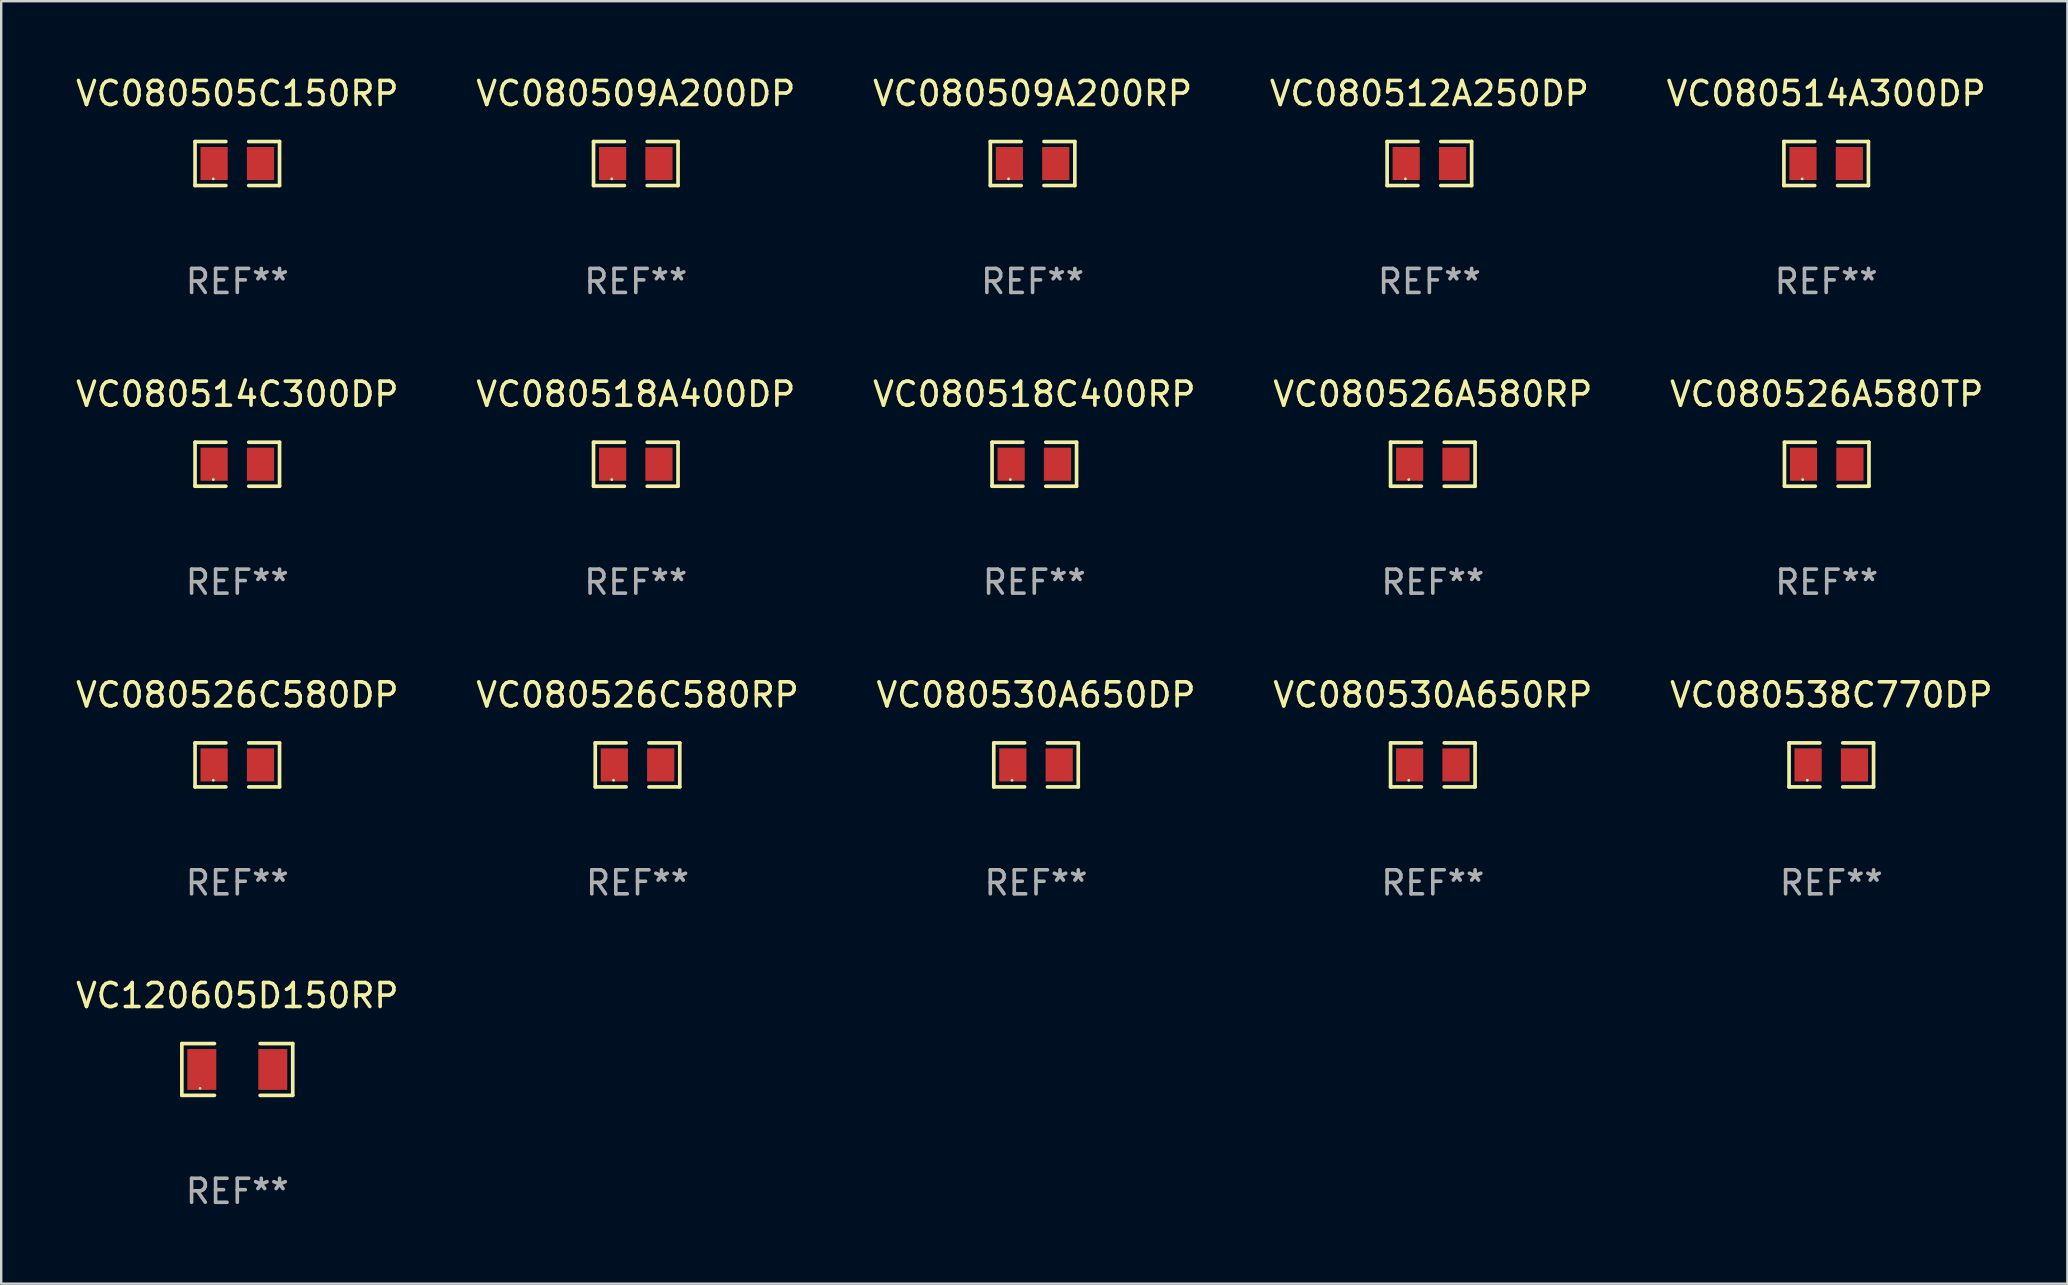
<source format=kicad_pcb>
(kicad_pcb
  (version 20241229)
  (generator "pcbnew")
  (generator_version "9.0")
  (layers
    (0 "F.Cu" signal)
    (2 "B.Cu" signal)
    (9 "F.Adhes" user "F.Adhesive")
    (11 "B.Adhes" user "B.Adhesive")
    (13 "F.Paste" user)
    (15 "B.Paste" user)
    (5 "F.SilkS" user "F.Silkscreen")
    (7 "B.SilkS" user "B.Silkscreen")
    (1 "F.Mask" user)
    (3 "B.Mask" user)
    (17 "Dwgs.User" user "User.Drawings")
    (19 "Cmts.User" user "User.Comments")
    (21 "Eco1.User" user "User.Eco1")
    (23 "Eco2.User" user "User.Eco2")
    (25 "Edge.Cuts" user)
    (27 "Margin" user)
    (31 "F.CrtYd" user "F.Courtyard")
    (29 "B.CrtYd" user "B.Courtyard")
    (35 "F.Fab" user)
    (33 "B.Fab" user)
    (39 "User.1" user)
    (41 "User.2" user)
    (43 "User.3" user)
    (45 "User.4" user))
  (footprint "VC080538C770DP"
    (layer "F.Cu")
    (at 73.268 28.827)
    (property "Reference" "VC080538C770DP" (at 0 -2.917 0) (layer "F.SilkS") (effects (font (size 1 1) (thickness 0.15))))
    (attr through_hole)
    (fp_line (start -1.761 -0.917) (end -0.476 -0.917) (stroke (width 0.152) (type solid)) (layer "F.SilkS"))
    (fp_line (start -1.761 0.917) (end -1.761 -0.917) (stroke (width 0.152) (type solid)) (layer "F.SilkS"))
    (fp_line (start -0.476 0.917) (end -1.761 0.917) (stroke (width 0.152) (type solid)) (layer "F.SilkS"))
    (fp_line (start 0.476 0.917) (end 1.761 0.917) (stroke (width 0.152) (type solid)) (layer "F.SilkS"))
    (fp_line (start 1.761 -0.917) (end 0.476 -0.917) (stroke (width 0.152) (type solid)) (layer "F.SilkS"))
    (fp_line (start 1.761 0.917) (end 1.761 -0.917) (stroke (width 0.152) (type solid)) (layer "F.SilkS"))
    (fp_circle (center -1 0.638) (end -0.97 0.638) (stroke (width 0.06) (type solid)) (fill no) (layer "F.SilkS"))
    (fp_text user "REF**" (at 0 4.917 0) (layer "F.Fab") (effects (font (size 1 1) (thickness 0.15))))
    (pad "1" smd rect (at -0.966 0) (size 1.133 1.377) (layers "F.Cu" "F.Mask" "F.Paste"))
    (pad "2" smd rect (at 0.966 0) (size 1.133 1.377) (layers "F.Cu" "F.Mask" "F.Paste")))
  (footprint "VC080526A580TP"
    (layer "F.Cu")
    (at 73.077 16.296)
    (property "Reference" "VC080526A580TP" (at 0 -2.917 0) (layer "F.SilkS") (effects (font (size 1 1) (thickness 0.15))))
    (attr through_hole)
    (fp_line (start -1.761 -0.917) (end -0.476 -0.917) (stroke (width 0.152) (type solid)) (layer "F.SilkS"))
    (fp_line (start -1.761 0.917) (end -1.761 -0.917) (stroke (width 0.152) (type solid)) (layer "F.SilkS"))
    (fp_line (start -0.476 0.917) (end -1.761 0.917) (stroke (width 0.152) (type solid)) (layer "F.SilkS"))
    (fp_line (start 0.476 0.917) (end 1.761 0.917) (stroke (width 0.152) (type solid)) (layer "F.SilkS"))
    (fp_line (start 1.761 -0.917) (end 0.476 -0.917) (stroke (width 0.152) (type solid)) (layer "F.SilkS"))
    (fp_line (start 1.761 0.917) (end 1.761 -0.917) (stroke (width 0.152) (type solid)) (layer "F.SilkS"))
    (fp_circle (center -1 0.638) (end -0.97 0.638) (stroke (width 0.06) (type solid)) (fill no) (layer "F.SilkS"))
    (fp_text user "REF**" (at 0 4.917 0) (layer "F.Fab") (effects (font (size 1 1) (thickness 0.15))))
    (pad "1" smd rect (at -0.966 0) (size 1.133 1.377) (layers "F.Cu" "F.Mask" "F.Paste"))
    (pad "2" smd rect (at 0.966 0) (size 1.133 1.377) (layers "F.Cu" "F.Mask" "F.Paste")))
  (footprint "VC080512A250DP"
    (layer "F.Cu")
    (at 56.518 3.765)
    (property "Reference" "VC080512A250DP" (at 0 -2.917 0) (layer "F.SilkS") (effects (font (size 1 1) (thickness 0.15))))
    (attr through_hole)
    (fp_line (start -1.761 -0.917) (end -0.476 -0.917) (stroke (width 0.152) (type solid)) (layer "F.SilkS"))
    (fp_line (start -1.761 0.917) (end -1.761 -0.917) (stroke (width 0.152) (type solid)) (layer "F.SilkS"))
    (fp_line (start -0.476 0.917) (end -1.761 0.917) (stroke (width 0.152) (type solid)) (layer "F.SilkS"))
    (fp_line (start 0.476 0.917) (end 1.761 0.917) (stroke (width 0.152) (type solid)) (layer "F.SilkS"))
    (fp_line (start 1.761 -0.917) (end 0.476 -0.917) (stroke (width 0.152) (type solid)) (layer "F.SilkS"))
    (fp_line (start 1.761 0.917) (end 1.761 -0.917) (stroke (width 0.152) (type solid)) (layer "F.SilkS"))
    (fp_circle (center -1 0.638) (end -0.97 0.638) (stroke (width 0.06) (type solid)) (fill no) (layer "F.SilkS"))
    (fp_text user "REF**" (at 0 4.917 0) (layer "F.Fab") (effects (font (size 1 1) (thickness 0.15))))
    (pad "1" smd rect (at -0.966 0) (size 1.133 1.377) (layers "F.Cu" "F.Mask" "F.Paste"))
    (pad "2" smd rect (at 0.966 0) (size 1.133 1.377) (layers "F.Cu" "F.Mask" "F.Paste")))
  (footprint "VC080530A650DP"
    (layer "F.Cu")
    (at 40.125 28.827)
    (property "Reference" "VC080530A650DP" (at 0 -2.917 0) (layer "F.SilkS") (effects (font (size 1 1) (thickness 0.15))))
    (attr through_hole)
    (fp_line (start -1.761 -0.917) (end -0.476 -0.917) (stroke (width 0.152) (type solid)) (layer "F.SilkS"))
    (fp_line (start -1.761 0.917) (end -1.761 -0.917) (stroke (width 0.152) (type solid)) (layer "F.SilkS"))
    (fp_line (start -0.476 0.917) (end -1.761 0.917) (stroke (width 0.152) (type solid)) (layer "F.SilkS"))
    (fp_line (start 0.476 0.917) (end 1.761 0.917) (stroke (width 0.152) (type solid)) (layer "F.SilkS"))
    (fp_line (start 1.761 -0.917) (end 0.476 -0.917) (stroke (width 0.152) (type solid)) (layer "F.SilkS"))
    (fp_line (start 1.761 0.917) (end 1.761 -0.917) (stroke (width 0.152) (type solid)) (layer "F.SilkS"))
    (fp_circle (center -1 0.638) (end -0.97 0.638) (stroke (width 0.06) (type solid)) (fill no) (layer "F.SilkS"))
    (fp_text user "REF**" (at 0 4.917 0) (layer "F.Fab") (effects (font (size 1 1) (thickness 0.15))))
    (pad "1" smd rect (at -0.966 0) (size 1.133 1.377) (layers "F.Cu" "F.Mask" "F.Paste"))
    (pad "2" smd rect (at 0.966 0) (size 1.133 1.377) (layers "F.Cu" "F.Mask" "F.Paste")))
  (footprint "VC080509A200DP"
    (layer "F.Cu")
    (at 23.446 3.765)
    (property "Reference" "VC080509A200DP" (at 0 -2.917 0) (layer "F.SilkS") (effects (font (size 1 1) (thickness 0.15))))
    (attr through_hole)
    (fp_line (start -1.761 -0.917) (end -0.476 -0.917) (stroke (width 0.152) (type solid)) (layer "F.SilkS"))
    (fp_line (start -1.761 0.917) (end -1.761 -0.917) (stroke (width 0.152) (type solid)) (layer "F.SilkS"))
    (fp_line (start -0.476 0.917) (end -1.761 0.917) (stroke (width 0.152) (type solid)) (layer "F.SilkS"))
    (fp_line (start 0.476 0.917) (end 1.761 0.917) (stroke (width 0.152) (type solid)) (layer "F.SilkS"))
    (fp_line (start 1.761 -0.917) (end 0.476 -0.917) (stroke (width 0.152) (type solid)) (layer "F.SilkS"))
    (fp_line (start 1.761 0.917) (end 1.761 -0.917) (stroke (width 0.152) (type solid)) (layer "F.SilkS"))
    (fp_circle (center -1 0.638) (end -0.97 0.638) (stroke (width 0.06) (type solid)) (fill no) (layer "F.SilkS"))
    (fp_text user "REF**" (at 0 4.917 0) (layer "F.Fab") (effects (font (size 1 1) (thickness 0.15))))
    (pad "1" smd rect (at -0.966 0) (size 1.133 1.377) (layers "F.Cu" "F.Mask" "F.Paste"))
    (pad "2" smd rect (at 0.966 0) (size 1.133 1.377) (layers "F.Cu" "F.Mask" "F.Paste")))
  (footprint "VC080514C300DP"
    (layer "F.Cu")
    (at 6.839 16.296)
    (property "Reference" "VC080514C300DP" (at 0 -2.917 0) (layer "F.SilkS") (effects (font (size 1 1) (thickness 0.15))))
    (attr through_hole)
    (fp_line (start -1.761 -0.917) (end -0.476 -0.917) (stroke (width 0.152) (type solid)) (layer "F.SilkS"))
    (fp_line (start -1.761 0.917) (end -1.761 -0.917) (stroke (width 0.152) (type solid)) (layer "F.SilkS"))
    (fp_line (start -0.476 0.917) (end -1.761 0.917) (stroke (width 0.152) (type solid)) (layer "F.SilkS"))
    (fp_line (start 0.476 0.917) (end 1.761 0.917) (stroke (width 0.152) (type solid)) (layer "F.SilkS"))
    (fp_line (start 1.761 -0.917) (end 0.476 -0.917) (stroke (width 0.152) (type solid)) (layer "F.SilkS"))
    (fp_line (start 1.761 0.917) (end 1.761 -0.917) (stroke (width 0.152) (type solid)) (layer "F.SilkS"))
    (fp_circle (center -1 0.638) (end -0.97 0.638) (stroke (width 0.06) (type solid)) (fill no) (layer "F.SilkS"))
    (fp_text user "REF**" (at 0 4.917 0) (layer "F.Fab") (effects (font (size 1 1) (thickness 0.15))))
    (pad "1" smd rect (at -0.966 0) (size 1.133 1.377) (layers "F.Cu" "F.Mask" "F.Paste"))
    (pad "2" smd rect (at 0.966 0) (size 1.133 1.377) (layers "F.Cu" "F.Mask" "F.Paste")))
  (footprint "VC120605D150RP"
    (layer "F.Cu")
    (at 6.839 41.519)
    (property "Reference" "VC120605D150RP" (at 0 -3.079 0) (layer "F.SilkS") (effects (font (size 1 1) (thickness 0.15))))
    (attr through_hole)
    (fp_line (start -2.311 -1.079) (end -0.951 -1.079) (stroke (width 0.152) (type solid)) (layer "F.SilkS"))
    (fp_line (start -2.311 1.079) (end -2.311 -1.079) (stroke (width 0.152) (type solid)) (layer "F.SilkS"))
    (fp_line (start -0.951 1.079) (end -2.311 1.079) (stroke (width 0.152) (type solid)) (layer "F.SilkS"))
    (fp_line (start 0.951 1.079) (end 2.311 1.079) (stroke (width 0.152) (type solid)) (layer "F.SilkS"))
    (fp_line (start 2.311 -1.079) (end 0.951 -1.079) (stroke (width 0.152) (type solid)) (layer "F.SilkS"))
    (fp_line (start 2.311 1.079) (end 2.311 -1.079) (stroke (width 0.152) (type solid)) (layer "F.SilkS"))
    (fp_circle (center -1.55 0.787) (end -1.52 0.787) (stroke (width 0.06) (type solid)) (fill no) (layer "F.SilkS"))
    (fp_text user "REF**" (at 0 5.079 0) (layer "F.Fab") (effects (font (size 1 1) (thickness 0.15))))
    (pad "1" smd rect (at -1.479 0) (size 1.208 1.701) (layers "F.Cu" "F.Mask" "F.Paste"))
    (pad "2" smd rect (at 1.479 0) (size 1.208 1.701) (layers "F.Cu" "F.Mask" "F.Paste")))
  (footprint "VC080518A400DP"
    (layer "F.Cu")
    (at 23.446 16.296)
    (property "Reference" "VC080518A400DP" (at 0 -2.917 0) (layer "F.SilkS") (effects (font (size 1 1) (thickness 0.15))))
    (attr through_hole)
    (fp_line (start -1.761 -0.917) (end -0.476 -0.917) (stroke (width 0.152) (type solid)) (layer "F.SilkS"))
    (fp_line (start -1.761 0.917) (end -1.761 -0.917) (stroke (width 0.152) (type solid)) (layer "F.SilkS"))
    (fp_line (start -0.476 0.917) (end -1.761 0.917) (stroke (width 0.152) (type solid)) (layer "F.SilkS"))
    (fp_line (start 0.476 0.917) (end 1.761 0.917) (stroke (width 0.152) (type solid)) (layer "F.SilkS"))
    (fp_line (start 1.761 -0.917) (end 0.476 -0.917) (stroke (width 0.152) (type solid)) (layer "F.SilkS"))
    (fp_line (start 1.761 0.917) (end 1.761 -0.917) (stroke (width 0.152) (type solid)) (layer "F.SilkS"))
    (fp_circle (center -1 0.638) (end -0.97 0.638) (stroke (width 0.06) (type solid)) (fill no) (layer "F.SilkS"))
    (fp_text user "REF**" (at 0 4.917 0) (layer "F.Fab") (effects (font (size 1 1) (thickness 0.15))))
    (pad "1" smd rect (at -0.966 0) (size 1.133 1.377) (layers "F.Cu" "F.Mask" "F.Paste"))
    (pad "2" smd rect (at 0.966 0) (size 1.133 1.377) (layers "F.Cu" "F.Mask" "F.Paste")))
  (footprint "VC080505C150RP"
    (layer "F.Cu")
    (at 6.839 3.765)
    (property "Reference" "VC080505C150RP" (at 0 -2.917 0) (layer "F.SilkS") (effects (font (size 1 1) (thickness 0.15))))
    (attr through_hole)
    (fp_line (start -1.761 -0.917) (end -0.476 -0.917) (stroke (width 0.152) (type solid)) (layer "F.SilkS"))
    (fp_line (start -1.761 0.917) (end -1.761 -0.917) (stroke (width 0.152) (type solid)) (layer "F.SilkS"))
    (fp_line (start -0.476 0.917) (end -1.761 0.917) (stroke (width 0.152) (type solid)) (layer "F.SilkS"))
    (fp_line (start 0.476 0.917) (end 1.761 0.917) (stroke (width 0.152) (type solid)) (layer "F.SilkS"))
    (fp_line (start 1.761 -0.917) (end 0.476 -0.917) (stroke (width 0.152) (type solid)) (layer "F.SilkS"))
    (fp_line (start 1.761 0.917) (end 1.761 -0.917) (stroke (width 0.152) (type solid)) (layer "F.SilkS"))
    (fp_circle (center -1 0.638) (end -0.97 0.638) (stroke (width 0.06) (type solid)) (fill no) (layer "F.SilkS"))
    (fp_text user "REF**" (at 0 4.917 0) (layer "F.Fab") (effects (font (size 1 1) (thickness 0.15))))
    (pad "1" smd rect (at -0.966 0) (size 1.133 1.377) (layers "F.Cu" "F.Mask" "F.Paste"))
    (pad "2" smd rect (at 0.966 0) (size 1.133 1.377) (layers "F.Cu" "F.Mask" "F.Paste")))
  (footprint "VC080526C580DP"
    (layer "F.Cu")
    (at 6.839 28.827)
    (property "Reference" "VC080526C580DP" (at 0 -2.917 0) (layer "F.SilkS") (effects (font (size 1 1) (thickness 0.15))))
    (attr through_hole)
    (fp_line (start -1.761 -0.917) (end -0.476 -0.917) (stroke (width 0.152) (type solid)) (layer "F.SilkS"))
    (fp_line (start -1.761 0.917) (end -1.761 -0.917) (stroke (width 0.152) (type solid)) (layer "F.SilkS"))
    (fp_line (start -0.476 0.917) (end -1.761 0.917) (stroke (width 0.152) (type solid)) (layer "F.SilkS"))
    (fp_line (start 0.476 0.917) (end 1.761 0.917) (stroke (width 0.152) (type solid)) (layer "F.SilkS"))
    (fp_line (start 1.761 -0.917) (end 0.476 -0.917) (stroke (width 0.152) (type solid)) (layer "F.SilkS"))
    (fp_line (start 1.761 0.917) (end 1.761 -0.917) (stroke (width 0.152) (type solid)) (layer "F.SilkS"))
    (fp_circle (center -1 0.638) (end -0.97 0.638) (stroke (width 0.06) (type solid)) (fill no) (layer "F.SilkS"))
    (fp_text user "REF**" (at 0 4.917 0) (layer "F.Fab") (effects (font (size 1 1) (thickness 0.15))))
    (pad "1" smd rect (at -0.966 0) (size 1.133 1.377) (layers "F.Cu" "F.Mask" "F.Paste"))
    (pad "2" smd rect (at 0.966 0) (size 1.133 1.377) (layers "F.Cu" "F.Mask" "F.Paste")))
  (footprint "VC080514A300DP"
    (layer "F.Cu")
    (at 73.054 3.765)
    (property "Reference" "VC080514A300DP" (at 0 -2.917 0) (layer "F.SilkS") (effects (font (size 1 1) (thickness 0.15))))
    (attr through_hole)
    (fp_line (start -1.761 -0.917) (end -0.476 -0.917) (stroke (width 0.152) (type solid)) (layer "F.SilkS"))
    (fp_line (start -1.761 0.917) (end -1.761 -0.917) (stroke (width 0.152) (type solid)) (layer "F.SilkS"))
    (fp_line (start -0.476 0.917) (end -1.761 0.917) (stroke (width 0.152) (type solid)) (layer "F.SilkS"))
    (fp_line (start 0.476 0.917) (end 1.761 0.917) (stroke (width 0.152) (type solid)) (layer "F.SilkS"))
    (fp_line (start 1.761 -0.917) (end 0.476 -0.917) (stroke (width 0.152) (type solid)) (layer "F.SilkS"))
    (fp_line (start 1.761 0.917) (end 1.761 -0.917) (stroke (width 0.152) (type solid)) (layer "F.SilkS"))
    (fp_circle (center -1 0.638) (end -0.97 0.638) (stroke (width 0.06) (type solid)) (fill no) (layer "F.SilkS"))
    (fp_text user "REF**" (at 0 4.917 0) (layer "F.Fab") (effects (font (size 1 1) (thickness 0.15))))
    (pad "1" smd rect (at -0.966 0) (size 1.133 1.377) (layers "F.Cu" "F.Mask" "F.Paste"))
    (pad "2" smd rect (at 0.966 0) (size 1.133 1.377) (layers "F.Cu" "F.Mask" "F.Paste")))
  (footprint "VC080509A200RP"
    (layer "F.Cu")
    (at 39.982 3.765)
    (property "Reference" "VC080509A200RP" (at 0 -2.917 0) (layer "F.SilkS") (effects (font (size 1 1) (thickness 0.15))))
    (attr through_hole)
    (fp_line (start -1.761 -0.917) (end -0.476 -0.917) (stroke (width 0.152) (type solid)) (layer "F.SilkS"))
    (fp_line (start -1.761 0.917) (end -1.761 -0.917) (stroke (width 0.152) (type solid)) (layer "F.SilkS"))
    (fp_line (start -0.476 0.917) (end -1.761 0.917) (stroke (width 0.152) (type solid)) (layer "F.SilkS"))
    (fp_line (start 0.476 0.917) (end 1.761 0.917) (stroke (width 0.152) (type solid)) (layer "F.SilkS"))
    (fp_line (start 1.761 -0.917) (end 0.476 -0.917) (stroke (width 0.152) (type solid)) (layer "F.SilkS"))
    (fp_line (start 1.761 0.917) (end 1.761 -0.917) (stroke (width 0.152) (type solid)) (layer "F.SilkS"))
    (fp_circle (center -1 0.638) (end -0.97 0.638) (stroke (width 0.06) (type solid)) (fill no) (layer "F.SilkS"))
    (fp_text user "REF**" (at 0 4.917 0) (layer "F.Fab") (effects (font (size 1 1) (thickness 0.15))))
    (pad "1" smd rect (at -0.966 0) (size 1.133 1.377) (layers "F.Cu" "F.Mask" "F.Paste"))
    (pad "2" smd rect (at 0.966 0) (size 1.133 1.377) (layers "F.Cu" "F.Mask" "F.Paste")))
  (footprint "VC080526A580RP"
    (layer "F.Cu")
    (at 56.661 16.296)
    (property "Reference" "VC080526A580RP" (at 0 -2.917 0) (layer "F.SilkS") (effects (font (size 1 1) (thickness 0.15))))
    (attr through_hole)
    (fp_line (start -1.761 -0.917) (end -0.476 -0.917) (stroke (width 0.152) (type solid)) (layer "F.SilkS"))
    (fp_line (start -1.761 0.917) (end -1.761 -0.917) (stroke (width 0.152) (type solid)) (layer "F.SilkS"))
    (fp_line (start -0.476 0.917) (end -1.761 0.917) (stroke (width 0.152) (type solid)) (layer "F.SilkS"))
    (fp_line (start 0.476 0.917) (end 1.761 0.917) (stroke (width 0.152) (type solid)) (layer "F.SilkS"))
    (fp_line (start 1.761 -0.917) (end 0.476 -0.917) (stroke (width 0.152) (type solid)) (layer "F.SilkS"))
    (fp_line (start 1.761 0.917) (end 1.761 -0.917) (stroke (width 0.152) (type solid)) (layer "F.SilkS"))
    (fp_circle (center -1 0.638) (end -0.97 0.638) (stroke (width 0.06) (type solid)) (fill no) (layer "F.SilkS"))
    (fp_text user "REF**" (at 0 4.917 0) (layer "F.Fab") (effects (font (size 1 1) (thickness 0.15))))
    (pad "1" smd rect (at -0.966 0) (size 1.133 1.377) (layers "F.Cu" "F.Mask" "F.Paste"))
    (pad "2" smd rect (at 0.966 0) (size 1.133 1.377) (layers "F.Cu" "F.Mask" "F.Paste")))
  (footprint "VC080518C400RP"
    (layer "F.Cu")
    (at 40.054 16.296)
    (property "Reference" "VC080518C400RP" (at 0 -2.917 0) (layer "F.SilkS") (effects (font (size 1 1) (thickness 0.15))))
    (attr through_hole)
    (fp_line (start -1.761 -0.917) (end -0.476 -0.917) (stroke (width 0.152) (type solid)) (layer "F.SilkS"))
    (fp_line (start -1.761 0.917) (end -1.761 -0.917) (stroke (width 0.152) (type solid)) (layer "F.SilkS"))
    (fp_line (start -0.476 0.917) (end -1.761 0.917) (stroke (width 0.152) (type solid)) (layer "F.SilkS"))
    (fp_line (start 0.476 0.917) (end 1.761 0.917) (stroke (width 0.152) (type solid)) (layer "F.SilkS"))
    (fp_line (start 1.761 -0.917) (end 0.476 -0.917) (stroke (width 0.152) (type solid)) (layer "F.SilkS"))
    (fp_line (start 1.761 0.917) (end 1.761 -0.917) (stroke (width 0.152) (type solid)) (layer "F.SilkS"))
    (fp_circle (center -1 0.638) (end -0.97 0.638) (stroke (width 0.06) (type solid)) (fill no) (layer "F.SilkS"))
    (fp_text user "REF**" (at 0 4.917 0) (layer "F.Fab") (effects (font (size 1 1) (thickness 0.15))))
    (pad "1" smd rect (at -0.966 0) (size 1.133 1.377) (layers "F.Cu" "F.Mask" "F.Paste"))
    (pad "2" smd rect (at 0.966 0) (size 1.133 1.377) (layers "F.Cu" "F.Mask" "F.Paste")))
  (footprint "VC080526C580RP"
    (layer "F.Cu")
    (at 23.518 28.827)
    (property "Reference" "VC080526C580RP" (at 0 -2.917 0) (layer "F.SilkS") (effects (font (size 1 1) (thickness 0.15))))
    (attr through_hole)
    (fp_line (start -1.761 -0.917) (end -0.476 -0.917) (stroke (width 0.152) (type solid)) (layer "F.SilkS"))
    (fp_line (start -1.761 0.917) (end -1.761 -0.917) (stroke (width 0.152) (type solid)) (layer "F.SilkS"))
    (fp_line (start -0.476 0.917) (end -1.761 0.917) (stroke (width 0.152) (type solid)) (layer "F.SilkS"))
    (fp_line (start 0.476 0.917) (end 1.761 0.917) (stroke (width 0.152) (type solid)) (layer "F.SilkS"))
    (fp_line (start 1.761 -0.917) (end 0.476 -0.917) (stroke (width 0.152) (type solid)) (layer "F.SilkS"))
    (fp_line (start 1.761 0.917) (end 1.761 -0.917) (stroke (width 0.152) (type solid)) (layer "F.SilkS"))
    (fp_circle (center -1 0.638) (end -0.97 0.638) (stroke (width 0.06) (type solid)) (fill no) (layer "F.SilkS"))
    (fp_text user "REF**" (at 0 4.917 0) (layer "F.Fab") (effects (font (size 1 1) (thickness 0.15))))
    (pad "1" smd rect (at -0.966 0) (size 1.133 1.377) (layers "F.Cu" "F.Mask" "F.Paste"))
    (pad "2" smd rect (at 0.966 0) (size 1.133 1.377) (layers "F.Cu" "F.Mask" "F.Paste")))
  (footprint "VC080530A650RP"
    (layer "F.Cu")
    (at 56.661 28.827)
    (property "Reference" "VC080530A650RP" (at 0 -2.917 0) (layer "F.SilkS") (effects (font (size 1 1) (thickness 0.15))))
    (attr through_hole)
    (fp_line (start -1.761 -0.917) (end -0.476 -0.917) (stroke (width 0.152) (type solid)) (layer "F.SilkS"))
    (fp_line (start -1.761 0.917) (end -1.761 -0.917) (stroke (width 0.152) (type solid)) (layer "F.SilkS"))
    (fp_line (start -0.476 0.917) (end -1.761 0.917) (stroke (width 0.152) (type solid)) (layer "F.SilkS"))
    (fp_line (start 0.476 0.917) (end 1.761 0.917) (stroke (width 0.152) (type solid)) (layer "F.SilkS"))
    (fp_line (start 1.761 -0.917) (end 0.476 -0.917) (stroke (width 0.152) (type solid)) (layer "F.SilkS"))
    (fp_line (start 1.761 0.917) (end 1.761 -0.917) (stroke (width 0.152) (type solid)) (layer "F.SilkS"))
    (fp_circle (center -1 0.638) (end -0.97 0.638) (stroke (width 0.06) (type solid)) (fill no) (layer "F.SilkS"))
    (fp_text user "REF**" (at 0 4.917 0) (layer "F.Fab") (effects (font (size 1 1) (thickness 0.15))))
    (pad "1" smd rect (at -0.966 0) (size 1.133 1.377) (layers "F.Cu" "F.Mask" "F.Paste"))
    (pad "2" smd rect (at 0.966 0) (size 1.133 1.377) (layers "F.Cu" "F.Mask" "F.Paste")))
  (gr_rect
    (start -3 -3)
    (end 83.107 50.447)
    (stroke (width 0.1) (type default))
    (fill no)
    (layer "Edge.Cuts")))
</source>
